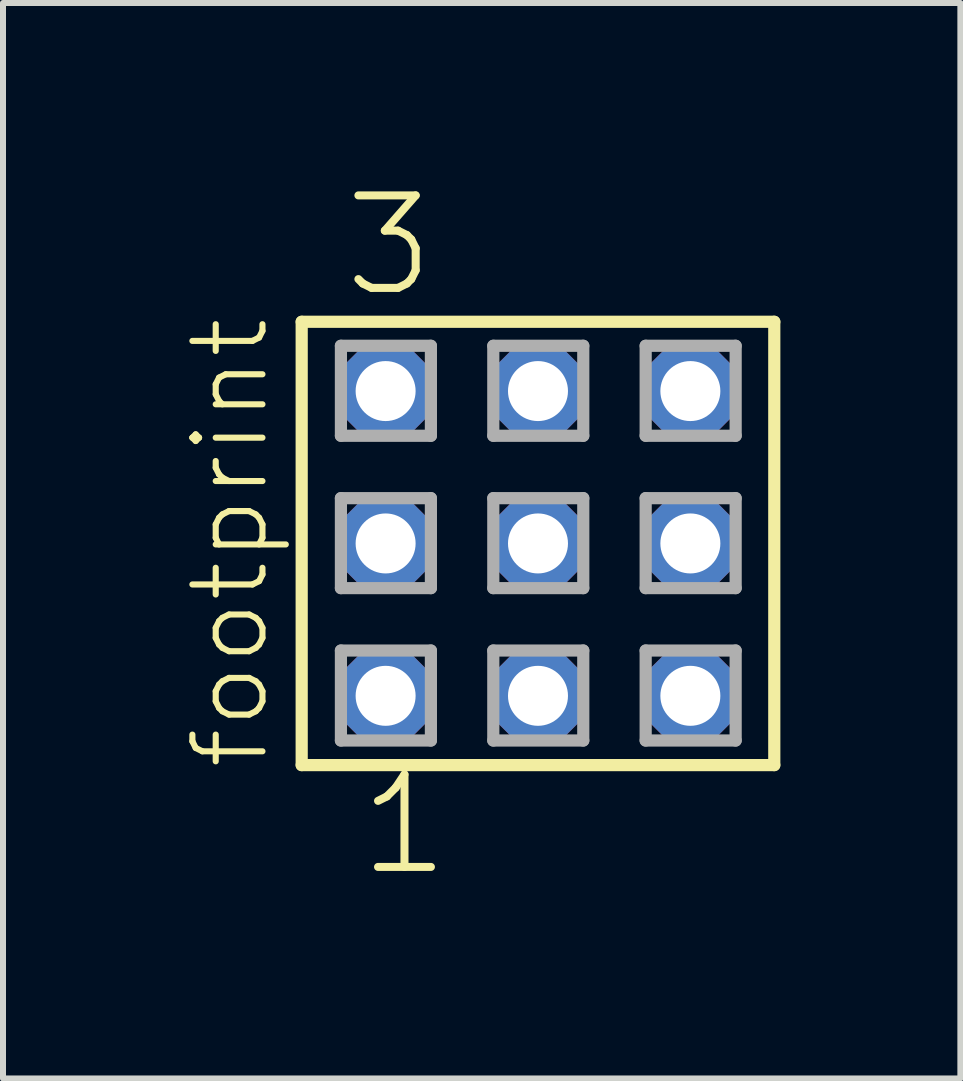
<source format=kicad_pcb>
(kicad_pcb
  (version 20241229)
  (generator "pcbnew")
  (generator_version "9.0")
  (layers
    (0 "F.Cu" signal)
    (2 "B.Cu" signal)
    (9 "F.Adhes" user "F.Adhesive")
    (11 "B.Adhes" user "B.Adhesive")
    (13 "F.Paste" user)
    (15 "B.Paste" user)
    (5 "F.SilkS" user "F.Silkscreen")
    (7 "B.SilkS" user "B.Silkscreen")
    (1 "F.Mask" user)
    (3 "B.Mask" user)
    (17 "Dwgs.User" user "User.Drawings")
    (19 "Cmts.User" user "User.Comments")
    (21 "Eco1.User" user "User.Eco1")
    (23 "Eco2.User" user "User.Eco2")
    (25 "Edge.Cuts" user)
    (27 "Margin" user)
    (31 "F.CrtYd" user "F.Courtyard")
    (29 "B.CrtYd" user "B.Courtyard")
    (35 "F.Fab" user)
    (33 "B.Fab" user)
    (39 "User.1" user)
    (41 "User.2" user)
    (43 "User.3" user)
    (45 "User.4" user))
  (footprint "footprint"
    (layer "F.Cu")
    (at 5.918 6.009)
    (property "Reference" "footprint" (at -4.445 3.81 90) (layer "F.SilkS") (effects (font (size 1.168 1.168) (thickness 0.102)) (justify left bottom)))
    (fp_line (start -3.939 -3.695) (end 3.939 -3.695) (stroke (width 0.203) (type solid)) (layer "F.SilkS"))
    (fp_line (start -3.939 3.695) (end -3.939 -3.695) (stroke (width 0.203) (type solid)) (layer "F.SilkS"))
    (fp_line (start 3.939 -3.695) (end 3.939 3.695) (stroke (width 0.203) (type solid)) (layer "F.SilkS"))
    (fp_line (start 3.939 3.695) (end -3.939 3.695) (stroke (width 0.203) (type solid)) (layer "F.SilkS"))
    (fp_line (start -3.285 -3.295) (end -1.785 -3.295) (stroke (width 0.203) (type solid)) (layer "F.Fab"))
    (fp_line (start -3.285 -1.795) (end -3.285 -3.295) (stroke (width 0.203) (type solid)) (layer "F.Fab"))
    (fp_line (start -3.285 -0.755) (end -1.785 -0.755) (stroke (width 0.203) (type solid)) (layer "F.Fab"))
    (fp_line (start -3.285 0.745) (end -3.285 -0.755) (stroke (width 0.203) (type solid)) (layer "F.Fab"))
    (fp_line (start -3.285 1.785) (end -1.785 1.785) (stroke (width 0.203) (type solid)) (layer "F.Fab"))
    (fp_line (start -3.285 3.285) (end -3.285 1.785) (stroke (width 0.203) (type solid)) (layer "F.Fab"))
    (fp_line (start -1.785 -3.295) (end -1.785 -1.795) (stroke (width 0.203) (type solid)) (layer "F.Fab"))
    (fp_line (start -1.785 -1.795) (end -3.285 -1.795) (stroke (width 0.203) (type solid)) (layer "F.Fab"))
    (fp_line (start -1.785 -0.755) (end -1.785 0.745) (stroke (width 0.203) (type solid)) (layer "F.Fab"))
    (fp_line (start -1.785 0.745) (end -3.285 0.745) (stroke (width 0.203) (type solid)) (layer "F.Fab"))
    (fp_line (start -1.785 1.785) (end -1.785 3.285) (stroke (width 0.203) (type solid)) (layer "F.Fab"))
    (fp_line (start -1.785 3.285) (end -3.285 3.285) (stroke (width 0.203) (type solid)) (layer "F.Fab"))
    (fp_line (start -0.745 -3.295) (end 0.755 -3.295) (stroke (width 0.203) (type solid)) (layer "F.Fab"))
    (fp_line (start -0.745 -1.795) (end -0.745 -3.295) (stroke (width 0.203) (type solid)) (layer "F.Fab"))
    (fp_line (start -0.745 -0.755) (end 0.755 -0.755) (stroke (width 0.203) (type solid)) (layer "F.Fab"))
    (fp_line (start -0.745 0.745) (end -0.745 -0.755) (stroke (width 0.203) (type solid)) (layer "F.Fab"))
    (fp_line (start -0.745 1.785) (end 0.755 1.785) (stroke (width 0.203) (type solid)) (layer "F.Fab"))
    (fp_line (start -0.745 3.285) (end -0.745 1.785) (stroke (width 0.203) (type solid)) (layer "F.Fab"))
    (fp_line (start 0.755 -3.295) (end 0.755 -1.795) (stroke (width 0.203) (type solid)) (layer "F.Fab"))
    (fp_line (start 0.755 -1.795) (end -0.745 -1.795) (stroke (width 0.203) (type solid)) (layer "F.Fab"))
    (fp_line (start 0.755 -0.755) (end 0.755 0.745) (stroke (width 0.203) (type solid)) (layer "F.Fab"))
    (fp_line (start 0.755 0.745) (end -0.745 0.745) (stroke (width 0.203) (type solid)) (layer "F.Fab"))
    (fp_line (start 0.755 1.785) (end 0.755 3.285) (stroke (width 0.203) (type solid)) (layer "F.Fab"))
    (fp_line (start 0.755 3.285) (end -0.745 3.285) (stroke (width 0.203) (type solid)) (layer "F.Fab"))
    (fp_line (start 1.795 -3.295) (end 3.295 -3.295) (stroke (width 0.203) (type solid)) (layer "F.Fab"))
    (fp_line (start 1.795 -1.795) (end 1.795 -3.295) (stroke (width 0.203) (type solid)) (layer "F.Fab"))
    (fp_line (start 1.795 -0.755) (end 3.295 -0.755) (stroke (width 0.203) (type solid)) (layer "F.Fab"))
    (fp_line (start 1.795 0.745) (end 1.795 -0.755) (stroke (width 0.203) (type solid)) (layer "F.Fab"))
    (fp_line (start 1.795 1.785) (end 3.295 1.785) (stroke (width 0.203) (type solid)) (layer "F.Fab"))
    (fp_line (start 1.795 3.285) (end 1.795 1.785) (stroke (width 0.203) (type solid)) (layer "F.Fab"))
    (fp_line (start 3.295 -3.295) (end 3.295 -1.795) (stroke (width 0.203) (type solid)) (layer "F.Fab"))
    (fp_line (start 3.295 -1.795) (end 1.795 -1.795) (stroke (width 0.203) (type solid)) (layer "F.Fab"))
    (fp_line (start 3.295 -0.755) (end 3.295 0.745) (stroke (width 0.203) (type solid)) (layer "F.Fab"))
    (fp_line (start 3.295 0.745) (end 1.795 0.745) (stroke (width 0.203) (type solid)) (layer "F.Fab"))
    (fp_line (start 3.295 1.785) (end 3.295 3.285) (stroke (width 0.203) (type solid)) (layer "F.Fab"))
    (fp_line (start 3.295 3.285) (end 1.795 3.285) (stroke (width 0.203) (type solid)) (layer "F.Fab"))
    (fp_text user "1" (at -3.048 5.588 0) (layer "F.SilkS") (effects (font (size 1.542 1.542) (thickness 0.134)) (justify left bottom)))
    (fp_text user "3" (at -3.302 -4.064 0) (layer "F.SilkS") (effects (font (size 1.542 1.542) (thickness 0.134)) (justify left bottom)))
    (pad "1" thru_hole roundrect (at -2.54 2.54) (size 1.5 1.5) (drill 1) (layers "*.Cu" "*.Mask") (roundrect_rratio 0.25) (chamfer_ratio 0.25) (chamfer top_left top_right bottom_left bottom_right))
    (pad "2" thru_hole roundrect (at -2.54 0) (size 1.5 1.5) (drill 1) (layers "*.Cu" "*.Mask") (roundrect_rratio 0.25) (chamfer_ratio 0.25) (chamfer top_left top_right bottom_left bottom_right))
    (pad "3" thru_hole roundrect (at -2.54 -2.54) (size 1.5 1.5) (drill 1) (layers "*.Cu" "*.Mask") (roundrect_rratio 0.25) (chamfer_ratio 0.25) (chamfer top_left top_right bottom_left bottom_right))
    (pad "4" thru_hole roundrect (at 0 2.54) (size 1.5 1.5) (drill 1) (layers "*.Cu" "*.Mask") (roundrect_rratio 0.25) (chamfer_ratio 0.25) (chamfer top_left top_right bottom_left bottom_right))
    (pad "5" thru_hole roundrect (at 0 0) (size 1.5 1.5) (drill 1) (layers "*.Cu" "*.Mask") (roundrect_rratio 0.25) (chamfer_ratio 0.25) (chamfer top_left top_right bottom_left bottom_right))
    (pad "6" thru_hole roundrect (at 0 -2.54) (size 1.5 1.5) (drill 1) (layers "*.Cu" "*.Mask") (roundrect_rratio 0.25) (chamfer_ratio 0.25) (chamfer top_left top_right bottom_left bottom_right))
    (pad "7" thru_hole roundrect (at 2.54 2.54) (size 1.5 1.5) (drill 1) (layers "*.Cu" "*.Mask") (roundrect_rratio 0.25) (chamfer_ratio 0.25) (chamfer top_left top_right bottom_left bottom_right))
    (pad "8" thru_hole roundrect (at 2.54 0) (size 1.5 1.5) (drill 1) (layers "*.Cu" "*.Mask") (roundrect_rratio 0.25) (chamfer_ratio 0.25) (chamfer top_left top_right bottom_left bottom_right))
    (pad "9" thru_hole roundrect (at 2.54 -2.54) (size 1.5 1.5) (drill 1) (layers "*.Cu" "*.Mask") (roundrect_rratio 0.25) (chamfer_ratio 0.25) (chamfer top_left top_right bottom_left bottom_right)))
  (gr_rect
    (start -3 -3)
    (end 12.959 14.927)
    (stroke (width 0.1) (type default))
    (fill no)
    (layer "Edge.Cuts")))
</source>
